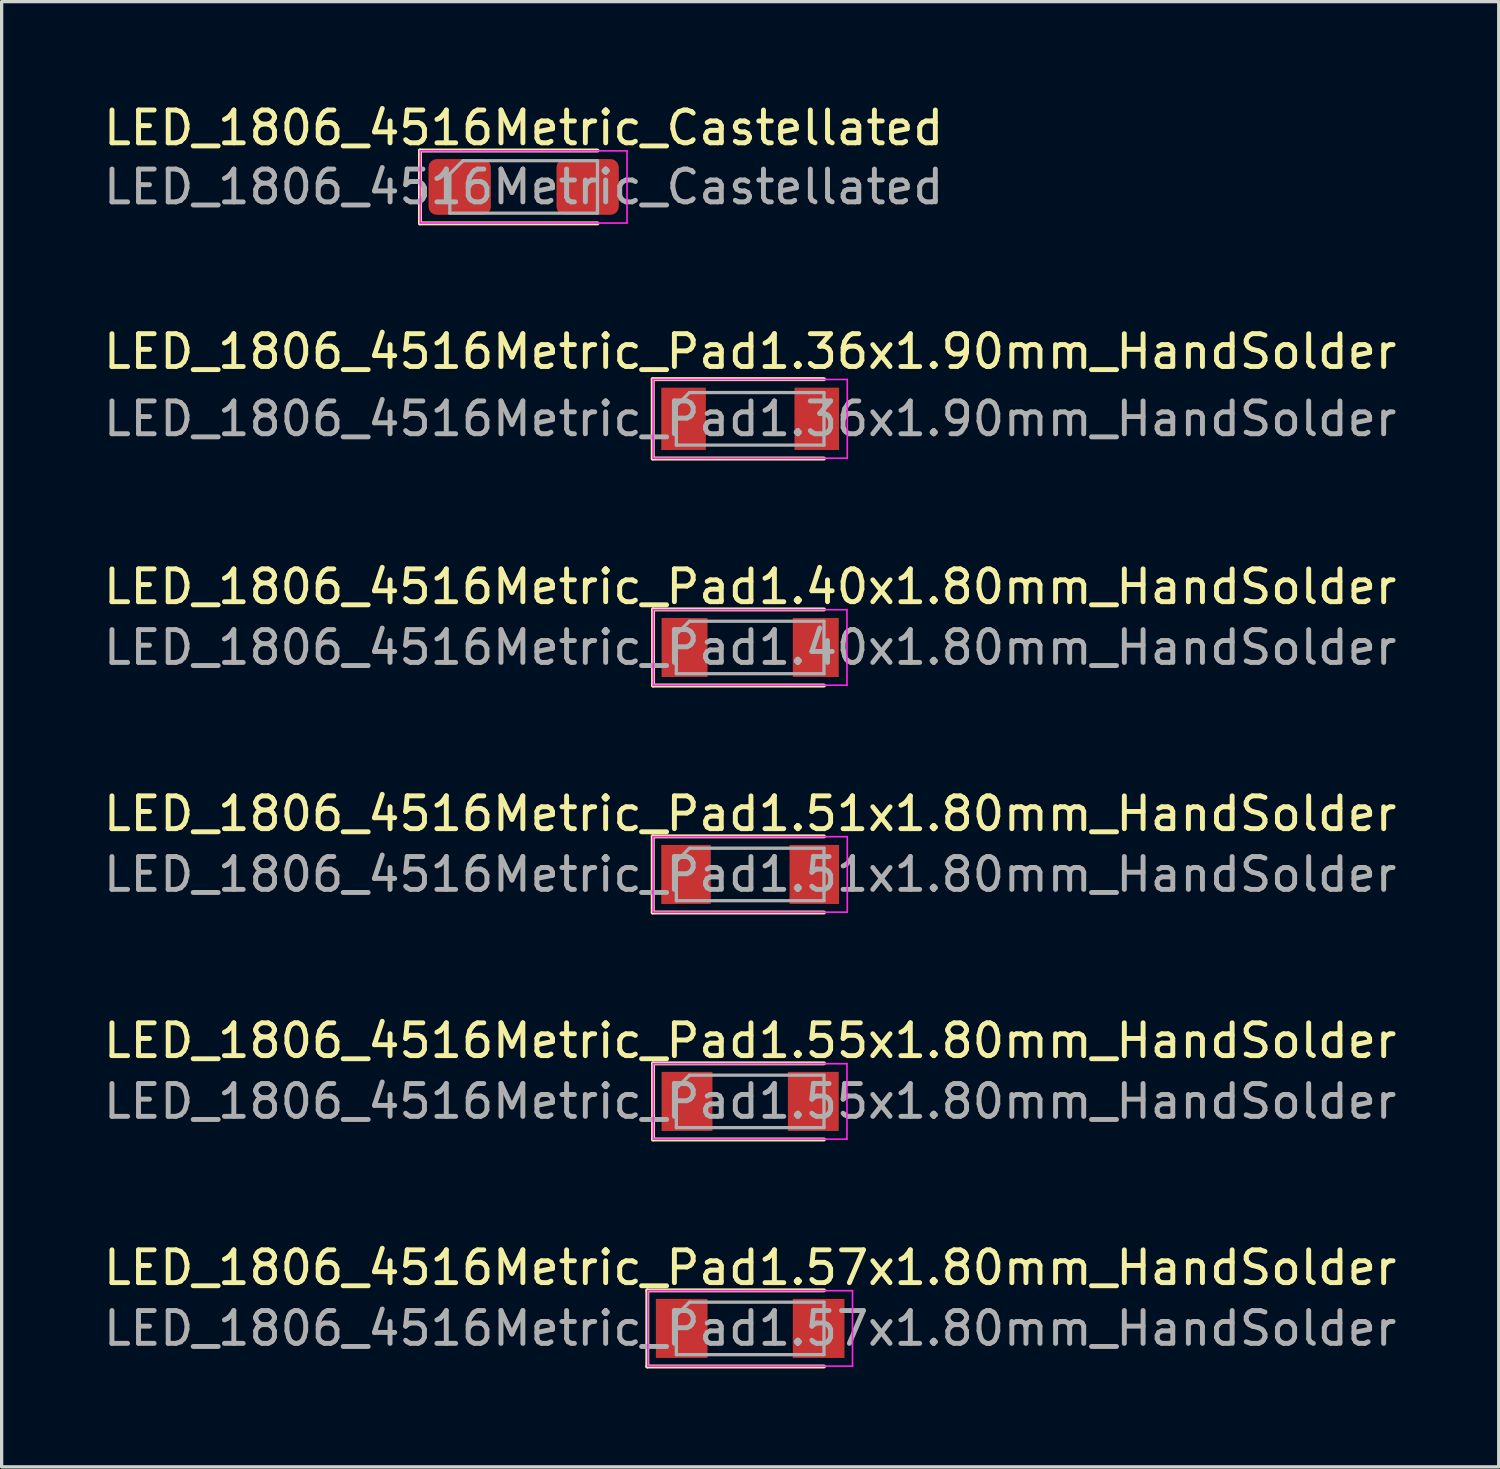
<source format=kicad_pcb>
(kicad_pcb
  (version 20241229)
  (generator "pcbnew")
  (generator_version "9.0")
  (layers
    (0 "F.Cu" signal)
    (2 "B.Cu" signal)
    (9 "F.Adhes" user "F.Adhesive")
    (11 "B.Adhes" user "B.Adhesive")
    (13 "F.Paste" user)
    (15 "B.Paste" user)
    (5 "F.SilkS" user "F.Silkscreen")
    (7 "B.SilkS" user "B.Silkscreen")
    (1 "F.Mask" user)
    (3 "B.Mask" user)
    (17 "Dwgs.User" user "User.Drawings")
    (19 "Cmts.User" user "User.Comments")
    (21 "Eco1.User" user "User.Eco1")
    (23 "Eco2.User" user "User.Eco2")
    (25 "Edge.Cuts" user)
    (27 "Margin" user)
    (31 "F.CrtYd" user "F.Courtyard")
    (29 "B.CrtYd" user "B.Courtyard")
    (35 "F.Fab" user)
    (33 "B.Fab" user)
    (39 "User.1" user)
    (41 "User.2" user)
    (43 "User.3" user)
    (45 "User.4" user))
  (footprint "LED_1806_4516Metric_Pad1.36x1.90mm_HandSolder"
    (layer "F.Cu")
    (at 19.815 9.716)
    (property "Reference" "LED_1806_4516Metric_Pad1.36x1.90mm_HandSolder" (at 0 -2.05 0) (layer "F.SilkS") (effects (font (size 1 1) (thickness 0.15))))
    (attr smd)
    (fp_line (start -2.97 -1.21) (end -2.97 1.21) (stroke (width 0.12) (type solid)) (layer "F.SilkS"))
    (fp_line (start -2.97 1.21) (end 2.25 1.21) (stroke (width 0.12) (type solid)) (layer "F.SilkS"))
    (fp_line (start 2.25 -1.21) (end -2.97 -1.21) (stroke (width 0.12) (type solid)) (layer "F.SilkS"))
    (fp_line (start -2.96 -1.2) (end 2.96 -1.2) (stroke (width 0.05) (type solid)) (layer "F.CrtYd"))
    (fp_line (start -2.96 1.2) (end -2.96 -1.2) (stroke (width 0.05) (type solid)) (layer "F.CrtYd"))
    (fp_line (start 2.96 -1.2) (end 2.96 1.2) (stroke (width 0.05) (type solid)) (layer "F.CrtYd"))
    (fp_line (start 2.96 1.2) (end -2.96 1.2) (stroke (width 0.05) (type solid)) (layer "F.CrtYd"))
    (fp_line (start -2.25 -0.4) (end -2.25 0.8) (stroke (width 0.1) (type solid)) (layer "F.Fab"))
    (fp_line (start -2.25 0.8) (end 2.25 0.8) (stroke (width 0.1) (type solid)) (layer "F.Fab"))
    (fp_line (start -1.85 -0.8) (end -2.25 -0.4) (stroke (width 0.1) (type solid)) (layer "F.Fab"))
    (fp_line (start 2.25 -0.8) (end -1.85 -0.8) (stroke (width 0.1) (type solid)) (layer "F.Fab"))
    (fp_line (start 2.25 0.8) (end 2.25 -0.8) (stroke (width 0.1) (type solid)) (layer "F.Fab"))
    (fp_text user "${REFERENCE}" (at 0 0 0) (layer "F.Fab") (effects (font (size 1 1) (thickness 0.15))))
    (pad "1" smd rect (at -2.03 0) (size 1.36 1.9) (layers "F.Cu" "F.Mask" "F.Paste"))
    (pad "2" smd rect (at 2.03 0) (size 1.36 1.9) (layers "F.Cu" "F.Mask" "F.Paste")))
  (footprint "LED_1806_4516Metric_Pad1.40x1.80mm_HandSolder"
    (layer "F.Cu")
    (at 19.815 16.685)
    (property "Reference" "LED_1806_4516Metric_Pad1.40x1.80mm_HandSolder" (at 0 -1.85 0) (layer "F.SilkS") (effects (font (size 1 1) (thickness 0.15))))
    (attr smd)
    (fp_line (start -2.96 -1.16) (end -2.96 1.16) (stroke (width 0.12) (type solid)) (layer "F.SilkS"))
    (fp_line (start -2.96 1.16) (end 2.25 1.16) (stroke (width 0.12) (type solid)) (layer "F.SilkS"))
    (fp_line (start 2.25 -1.16) (end -2.96 -1.16) (stroke (width 0.12) (type solid)) (layer "F.SilkS"))
    (fp_line (start -2.95 -1.15) (end 2.95 -1.15) (stroke (width 0.05) (type solid)) (layer "F.CrtYd"))
    (fp_line (start -2.95 1.15) (end -2.95 -1.15) (stroke (width 0.05) (type solid)) (layer "F.CrtYd"))
    (fp_line (start 2.95 -1.15) (end 2.95 1.15) (stroke (width 0.05) (type solid)) (layer "F.CrtYd"))
    (fp_line (start 2.95 1.15) (end -2.95 1.15) (stroke (width 0.05) (type solid)) (layer "F.CrtYd"))
    (fp_line (start -2.25 -0.4) (end -2.25 0.8) (stroke (width 0.1) (type solid)) (layer "F.Fab"))
    (fp_line (start -2.25 0.8) (end 2.25 0.8) (stroke (width 0.1) (type solid)) (layer "F.Fab"))
    (fp_line (start -1.85 -0.8) (end -2.25 -0.4) (stroke (width 0.1) (type solid)) (layer "F.Fab"))
    (fp_line (start 2.25 -0.8) (end -1.85 -0.8) (stroke (width 0.1) (type solid)) (layer "F.Fab"))
    (fp_line (start 2.25 0.8) (end 2.25 -0.8) (stroke (width 0.1) (type solid)) (layer "F.Fab"))
    (fp_text user "${REFERENCE}" (at 0 0 0) (layer "F.Fab") (effects (font (size 1 1) (thickness 0.15))))
    (pad "1" smd rect (at -2 0) (size 1.4 1.8) (layers "F.Cu" "F.Mask" "F.Paste"))
    (pad "2" smd rect (at 2 0) (size 1.4 1.8) (layers "F.Cu" "F.Mask" "F.Paste")))
  (footprint "LED_1806_4516Metric_Pad1.57x1.80mm_HandSolder"
    (layer "F.Cu")
    (at 19.815 37.44)
    (property "Reference" "LED_1806_4516Metric_Pad1.57x1.80mm_HandSolder" (at 0 -1.85 0) (layer "F.SilkS") (effects (font (size 1 1) (thickness 0.15))))
    (attr smd)
    (fp_line (start -3.135 -1.16) (end -3.135 1.16) (stroke (width 0.12) (type solid)) (layer "F.SilkS"))
    (fp_line (start -3.135 1.16) (end 2.25 1.16) (stroke (width 0.12) (type solid)) (layer "F.SilkS"))
    (fp_line (start 2.25 -1.16) (end -3.135 -1.16) (stroke (width 0.12) (type solid)) (layer "F.SilkS"))
    (fp_line (start -3.12 -1.15) (end 3.12 -1.15) (stroke (width 0.05) (type solid)) (layer "F.CrtYd"))
    (fp_line (start -3.12 1.15) (end -3.12 -1.15) (stroke (width 0.05) (type solid)) (layer "F.CrtYd"))
    (fp_line (start 3.12 -1.15) (end 3.12 1.15) (stroke (width 0.05) (type solid)) (layer "F.CrtYd"))
    (fp_line (start 3.12 1.15) (end -3.12 1.15) (stroke (width 0.05) (type solid)) (layer "F.CrtYd"))
    (fp_line (start -2.25 -0.4) (end -2.25 0.8) (stroke (width 0.1) (type solid)) (layer "F.Fab"))
    (fp_line (start -2.25 0.8) (end 2.25 0.8) (stroke (width 0.1) (type solid)) (layer "F.Fab"))
    (fp_line (start -1.85 -0.8) (end -2.25 -0.4) (stroke (width 0.1) (type solid)) (layer "F.Fab"))
    (fp_line (start 2.25 -0.8) (end -1.85 -0.8) (stroke (width 0.1) (type solid)) (layer "F.Fab"))
    (fp_line (start 2.25 0.8) (end 2.25 -0.8) (stroke (width 0.1) (type solid)) (layer "F.Fab"))
    (fp_text user "${REFERENCE}" (at 0 0 0) (layer "F.Fab") (effects (font (size 1 1) (thickness 0.15))))
    (pad "1" smd rect (at -2.087 0) (size 1.575 1.8) (layers "F.Cu" "F.Mask" "F.Paste"))
    (pad "2" smd rect (at 2.087 0) (size 1.575 1.8) (layers "F.Cu" "F.Mask" "F.Paste")))
  (footprint "LED_1806_4516Metric_Pad1.51x1.80mm_HandSolder"
    (layer "F.Cu")
    (at 19.815 23.603)
    (property "Reference" "LED_1806_4516Metric_Pad1.51x1.80mm_HandSolder" (at 0 -1.85 0) (layer "F.SilkS") (effects (font (size 1 1) (thickness 0.15))))
    (attr smd)
    (fp_line (start -2.97 -1.16) (end -2.97 1.16) (stroke (width 0.12) (type solid)) (layer "F.SilkS"))
    (fp_line (start -2.97 1.16) (end 2.25 1.16) (stroke (width 0.12) (type solid)) (layer "F.SilkS"))
    (fp_line (start 2.25 -1.16) (end -2.97 -1.16) (stroke (width 0.12) (type solid)) (layer "F.SilkS"))
    (fp_line (start -2.96 -1.15) (end 2.96 -1.15) (stroke (width 0.05) (type solid)) (layer "F.CrtYd"))
    (fp_line (start -2.96 1.15) (end -2.96 -1.15) (stroke (width 0.05) (type solid)) (layer "F.CrtYd"))
    (fp_line (start 2.96 -1.15) (end 2.96 1.15) (stroke (width 0.05) (type solid)) (layer "F.CrtYd"))
    (fp_line (start 2.96 1.15) (end -2.96 1.15) (stroke (width 0.05) (type solid)) (layer "F.CrtYd"))
    (fp_line (start -2.25 -0.4) (end -2.25 0.8) (stroke (width 0.1) (type solid)) (layer "F.Fab"))
    (fp_line (start -2.25 0.8) (end 2.25 0.8) (stroke (width 0.1) (type solid)) (layer "F.Fab"))
    (fp_line (start -1.85 -0.8) (end -2.25 -0.4) (stroke (width 0.1) (type solid)) (layer "F.Fab"))
    (fp_line (start 2.25 -0.8) (end -1.85 -0.8) (stroke (width 0.1) (type solid)) (layer "F.Fab"))
    (fp_line (start 2.25 0.8) (end 2.25 -0.8) (stroke (width 0.1) (type solid)) (layer "F.Fab"))
    (fp_text user "${REFERENCE}" (at 0 0 0) (layer "F.Fab") (effects (font (size 1 1) (thickness 0.15))))
    (pad "1" smd rect (at -1.955 0) (size 1.51 1.8) (layers "F.Cu" "F.Mask" "F.Paste"))
    (pad "2" smd rect (at 1.955 0) (size 1.51 1.8) (layers "F.Cu" "F.Mask" "F.Paste")))
  (footprint "LED_1806_4516Metric_Pad1.55x1.80mm_HandSolder"
    (layer "F.Cu")
    (at 19.815 30.521)
    (property "Reference" "LED_1806_4516Metric_Pad1.55x1.80mm_HandSolder" (at 0 -1.85 0) (layer "F.SilkS") (effects (font (size 1 1) (thickness 0.15))))
    (attr smd)
    (fp_line (start -2.96 -1.16) (end -2.96 1.16) (stroke (width 0.12) (type solid)) (layer "F.SilkS"))
    (fp_line (start -2.96 1.16) (end 2.25 1.16) (stroke (width 0.12) (type solid)) (layer "F.SilkS"))
    (fp_line (start 2.25 -1.16) (end -2.96 -1.16) (stroke (width 0.12) (type solid)) (layer "F.SilkS"))
    (fp_line (start -2.95 -1.15) (end 2.95 -1.15) (stroke (width 0.05) (type solid)) (layer "F.CrtYd"))
    (fp_line (start -2.95 1.15) (end -2.95 -1.15) (stroke (width 0.05) (type solid)) (layer "F.CrtYd"))
    (fp_line (start 2.95 -1.15) (end 2.95 1.15) (stroke (width 0.05) (type solid)) (layer "F.CrtYd"))
    (fp_line (start 2.95 1.15) (end -2.95 1.15) (stroke (width 0.05) (type solid)) (layer "F.CrtYd"))
    (fp_line (start -2.25 -0.4) (end -2.25 0.8) (stroke (width 0.1) (type solid)) (layer "F.Fab"))
    (fp_line (start -2.25 0.8) (end 2.25 0.8) (stroke (width 0.1) (type solid)) (layer "F.Fab"))
    (fp_line (start -1.85 -0.8) (end -2.25 -0.4) (stroke (width 0.1) (type solid)) (layer "F.Fab"))
    (fp_line (start 2.25 -0.8) (end -1.85 -0.8) (stroke (width 0.1) (type solid)) (layer "F.Fab"))
    (fp_line (start 2.25 0.8) (end 2.25 -0.8) (stroke (width 0.1) (type solid)) (layer "F.Fab"))
    (fp_text user "${REFERENCE}" (at 0 0 0) (layer "F.Fab") (effects (font (size 1 1) (thickness 0.15))))
    (pad "1" smd rect (at -1.925 0) (size 1.55 1.8) (layers "F.Cu" "F.Mask" "F.Paste"))
    (pad "2" smd rect (at 1.925 0) (size 1.55 1.8) (layers "F.Cu" "F.Mask" "F.Paste")))
  (footprint "LED_1806_4516Metric_Castellated"
    (layer "F.Cu")
    (at 12.911 2.648)
    (property "Reference" "LED_1806_4516Metric_Castellated" (at 0 -1.8 0) (layer "F.SilkS") (effects (font (size 1 1) (thickness 0.15))))
    (attr smd)
    (fp_line (start -3.16 -1.11) (end -3.16 1.11) (stroke (width 0.12) (type solid)) (layer "F.SilkS"))
    (fp_line (start -3.16 1.11) (end 2.25 1.11) (stroke (width 0.12) (type solid)) (layer "F.SilkS"))
    (fp_line (start 2.25 -1.11) (end -3.16 -1.11) (stroke (width 0.12) (type solid)) (layer "F.SilkS"))
    (fp_line (start -3.15 -1.1) (end 3.15 -1.1) (stroke (width 0.05) (type solid)) (layer "F.CrtYd"))
    (fp_line (start -3.15 1.1) (end -3.15 -1.1) (stroke (width 0.05) (type solid)) (layer "F.CrtYd"))
    (fp_line (start 3.15 -1.1) (end 3.15 1.1) (stroke (width 0.05) (type solid)) (layer "F.CrtYd"))
    (fp_line (start 3.15 1.1) (end -3.15 1.1) (stroke (width 0.05) (type solid)) (layer "F.CrtYd"))
    (fp_line (start -2.25 -0.4) (end -2.25 0.8) (stroke (width 0.1) (type solid)) (layer "F.Fab"))
    (fp_line (start -2.25 0.8) (end 2.25 0.8) (stroke (width 0.1) (type solid)) (layer "F.Fab"))
    (fp_line (start -1.85 -0.8) (end -2.25 -0.4) (stroke (width 0.1) (type solid)) (layer "F.Fab"))
    (fp_line (start 2.25 -0.8) (end -1.85 -0.8) (stroke (width 0.1) (type solid)) (layer "F.Fab"))
    (fp_line (start 2.25 0.8) (end 2.25 -0.8) (stroke (width 0.1) (type solid)) (layer "F.Fab"))
    (fp_text user "${REFERENCE}" (at 0 0 0) (layer "F.Fab") (effects (font (size 1 1) (thickness 0.15))))
    (pad "1" smd roundrect (at -1.95 0) (size 1.9 1.7) (layers "F.Cu" "F.Mask" "F.Paste") (roundrect_rratio 0.147))
    (pad "2" smd roundrect (at 1.95 0) (size 1.9 1.7) (layers "F.Cu" "F.Mask" "F.Paste") (roundrect_rratio 0.147)))
  (gr_rect
    (start -3 -3)
    (end 42.631 41.66)
    (stroke (width 0.1) (type default))
    (fill no)
    (layer "Edge.Cuts")))
</source>
